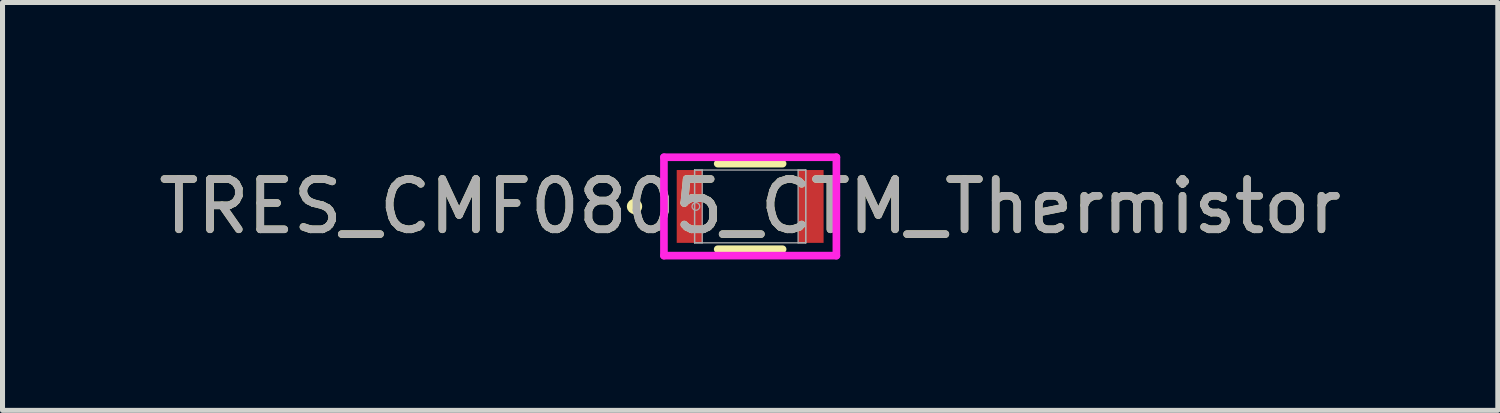
<source format=kicad_pcb>
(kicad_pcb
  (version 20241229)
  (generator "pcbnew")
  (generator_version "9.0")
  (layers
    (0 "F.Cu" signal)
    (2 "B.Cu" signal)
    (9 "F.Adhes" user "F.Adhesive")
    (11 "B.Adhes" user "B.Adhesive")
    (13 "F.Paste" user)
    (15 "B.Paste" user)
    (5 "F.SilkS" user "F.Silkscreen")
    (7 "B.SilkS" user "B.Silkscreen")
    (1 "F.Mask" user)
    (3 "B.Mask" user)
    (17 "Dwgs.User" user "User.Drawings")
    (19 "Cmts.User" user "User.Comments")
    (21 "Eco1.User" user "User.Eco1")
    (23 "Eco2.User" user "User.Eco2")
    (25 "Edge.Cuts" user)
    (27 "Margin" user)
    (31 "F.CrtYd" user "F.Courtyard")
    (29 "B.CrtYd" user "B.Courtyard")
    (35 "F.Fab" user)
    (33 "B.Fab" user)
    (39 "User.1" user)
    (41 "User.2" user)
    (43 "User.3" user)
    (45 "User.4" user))
  (footprint "TRES_CMF0805_CTM_Thermistor"
    (layer "F.Cu")
    (at 11.863 1.054)
    (property "Reference" "TRES_CMF0805_CTM_Thermistor" (at 0 0 0) (unlocked yes) (layer "F.SilkS") (effects (font (size 1 1) (thickness 0.15))))
    (attr smd)
    (fp_line (start -0.645 0.851) (end 0.645 0.851) (stroke (width 0.152) (type solid)) (layer "F.SilkS"))
    (fp_line (start 0.645 -0.851) (end -0.645 -0.851) (stroke (width 0.152) (type solid)) (layer "F.SilkS"))
    (fp_circle (center -2.299 0) (end -2.223 0) (stroke (width 0.152) (type solid)) (fill no) (layer "F.SilkS"))
    (fp_line (start -1.714 -0.978) (end 1.714 -0.978) (stroke (width 0.152) (type solid)) (layer "F.CrtYd"))
    (fp_line (start -1.714 0.978) (end -1.714 -0.978) (stroke (width 0.152) (type solid)) (layer "F.CrtYd"))
    (fp_line (start 1.714 -0.978) (end 1.714 0.978) (stroke (width 0.152) (type solid)) (layer "F.CrtYd"))
    (fp_line (start 1.714 0.978) (end -1.714 0.978) (stroke (width 0.152) (type solid)) (layer "F.CrtYd"))
    (fp_line (start -1.105 -0.724) (end -1.105 0.724) (stroke (width 0.025) (type solid)) (layer "F.Fab"))
    (fp_line (start -1.105 -0.724) (end -1.105 0.724) (stroke (width 0.025) (type solid)) (layer "F.Fab"))
    (fp_line (start -1.105 0.724) (end -0.953 0.724) (stroke (width 0.025) (type solid)) (layer "F.Fab"))
    (fp_line (start -1.105 0.724) (end 1.105 0.724) (stroke (width 0.025) (type solid)) (layer "F.Fab"))
    (fp_line (start -0.953 -0.724) (end -1.105 -0.724) (stroke (width 0.025) (type solid)) (layer "F.Fab"))
    (fp_line (start -0.953 0.724) (end -0.953 -0.724) (stroke (width 0.025) (type solid)) (layer "F.Fab"))
    (fp_line (start 0.953 -0.724) (end 0.953 0.724) (stroke (width 0.025) (type solid)) (layer "F.Fab"))
    (fp_line (start 0.953 0.724) (end 1.105 0.724) (stroke (width 0.025) (type solid)) (layer "F.Fab"))
    (fp_line (start 1.105 -0.724) (end -1.105 -0.724) (stroke (width 0.025) (type solid)) (layer "F.Fab"))
    (fp_line (start 1.105 -0.724) (end 0.953 -0.724) (stroke (width 0.025) (type solid)) (layer "F.Fab"))
    (fp_line (start 1.105 0.724) (end 1.105 -0.724) (stroke (width 0.025) (type solid)) (layer "F.Fab"))
    (fp_line (start 1.105 0.724) (end 1.105 -0.724) (stroke (width 0.025) (type solid)) (layer "F.Fab"))
    (fp_circle (center -1.079 0) (end -1.003 0) (stroke (width 0.025) (type solid)) (fill no) (layer "F.Fab"))
    (fp_text user "${REFERENCE}" (at 0 0 0) (unlocked yes) (layer "F.Fab") (effects (font (size 1 1) (thickness 0.15))))
    (pad "1" smd rect (at -1.206 0) (size 0.508 1.448) (layers "F.Cu" "F.Mask" "F.Paste"))
    (pad "2" smd rect (at 1.206 0) (size 0.508 1.448) (layers "F.Cu" "F.Mask" "F.Paste"))
    (zone (net_name "") (layer "F.Cu") (hatch full 0.508) (connect_pads) (min_thickness 0.254) (filled_areas_thickness no) (keepout (tracks not_allowed) (vias not_allowed) (pads allowed) (copperpour not_allowed) (footprints allowed)) (placement (enabled no)) (fill) (polygon (pts (xy 10.961 0.381) (xy 12.765 0.381) (xy 12.765 1.727) (xy 10.961 1.727)))))
  (gr_rect
    (start -3 -3)
    (end 26.726 5.108)
    (stroke (width 0.1) (type default))
    (fill no)
    (layer "Edge.Cuts")))
</source>
